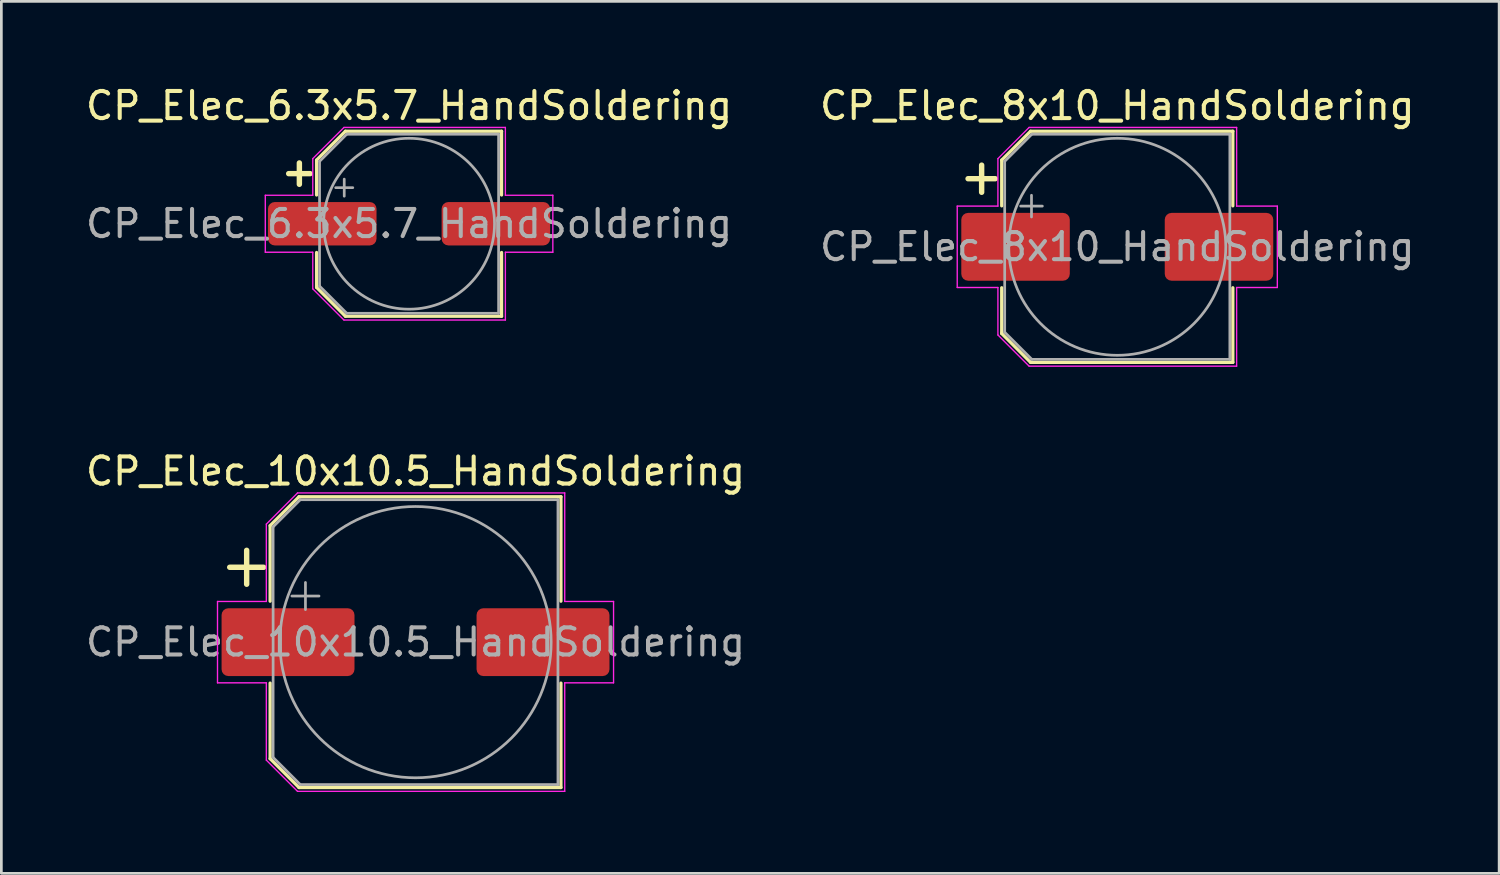
<source format=kicad_pcb>
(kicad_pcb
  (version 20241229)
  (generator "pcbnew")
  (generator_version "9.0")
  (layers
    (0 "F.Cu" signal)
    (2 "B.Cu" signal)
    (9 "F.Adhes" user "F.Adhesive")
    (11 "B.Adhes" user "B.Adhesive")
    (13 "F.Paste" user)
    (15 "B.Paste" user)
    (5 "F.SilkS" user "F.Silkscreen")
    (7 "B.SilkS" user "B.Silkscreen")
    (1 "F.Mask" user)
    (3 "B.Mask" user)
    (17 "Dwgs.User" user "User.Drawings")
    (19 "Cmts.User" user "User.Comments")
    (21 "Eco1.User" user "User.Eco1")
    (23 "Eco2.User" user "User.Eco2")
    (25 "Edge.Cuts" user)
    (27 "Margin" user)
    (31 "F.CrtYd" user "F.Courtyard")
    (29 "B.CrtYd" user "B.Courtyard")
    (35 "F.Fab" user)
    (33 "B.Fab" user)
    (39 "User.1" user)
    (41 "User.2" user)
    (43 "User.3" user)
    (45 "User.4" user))
  (footprint "CP_Elec_10x10.5_HandSoldering"
    (layer "F.Cu")
    (at 12.268 20.622)
    (property "Reference" "CP_Elec_10x10.5_HandSoldering" (at 0 -6.3 0) (layer "F.SilkS") (effects (font (size 1 1) (thickness 0.15))))
    (attr smd)
    (fp_line (start -6.85 -2.76) (end -5.6 -2.76) (stroke (width 0.2) (type solid)) (layer "F.SilkS"))
    (fp_line (start -6.225 -3.385) (end -6.225 -2.135) (stroke (width 0.2) (type solid)) (layer "F.SilkS"))
    (fp_line (start -5.36 -4.296) (end -5.36 -1.51) (stroke (width 0.12) (type solid)) (layer "F.SilkS"))
    (fp_line (start -5.36 -4.296) (end -4.296 -5.36) (stroke (width 0.12) (type solid)) (layer "F.SilkS"))
    (fp_line (start -5.36 4.296) (end -5.36 1.51) (stroke (width 0.12) (type solid)) (layer "F.SilkS"))
    (fp_line (start -5.36 4.296) (end -4.296 5.36) (stroke (width 0.12) (type solid)) (layer "F.SilkS"))
    (fp_line (start -4.296 -5.36) (end 5.36 -5.36) (stroke (width 0.12) (type solid)) (layer "F.SilkS"))
    (fp_line (start -4.296 5.36) (end 5.36 5.36) (stroke (width 0.12) (type solid)) (layer "F.SilkS"))
    (fp_line (start 5.36 -5.36) (end 5.36 -1.51) (stroke (width 0.12) (type solid)) (layer "F.SilkS"))
    (fp_line (start 5.36 5.36) (end 5.36 1.51) (stroke (width 0.12) (type solid)) (layer "F.SilkS"))
    (fp_line (start -7.3 -1.5) (end -7.3 1.5) (stroke (width 0.05) (type solid)) (layer "F.CrtYd"))
    (fp_line (start -7.3 1.5) (end -5.5 1.5) (stroke (width 0.05) (type solid)) (layer "F.CrtYd"))
    (fp_line (start -5.5 -4.35) (end -5.5 -1.5) (stroke (width 0.05) (type solid)) (layer "F.CrtYd"))
    (fp_line (start -5.5 -4.35) (end -4.35 -5.5) (stroke (width 0.05) (type solid)) (layer "F.CrtYd"))
    (fp_line (start -5.5 -1.5) (end -7.3 -1.5) (stroke (width 0.05) (type solid)) (layer "F.CrtYd"))
    (fp_line (start -5.5 1.5) (end -5.5 4.35) (stroke (width 0.05) (type solid)) (layer "F.CrtYd"))
    (fp_line (start -5.5 4.35) (end -4.35 5.5) (stroke (width 0.05) (type solid)) (layer "F.CrtYd"))
    (fp_line (start -4.35 -5.5) (end 5.5 -5.5) (stroke (width 0.05) (type solid)) (layer "F.CrtYd"))
    (fp_line (start -4.35 5.5) (end 5.5 5.5) (stroke (width 0.05) (type solid)) (layer "F.CrtYd"))
    (fp_line (start 5.5 -5.5) (end 5.5 -1.5) (stroke (width 0.05) (type solid)) (layer "F.CrtYd"))
    (fp_line (start 5.5 -1.5) (end 7.3 -1.5) (stroke (width 0.05) (type solid)) (layer "F.CrtYd"))
    (fp_line (start 5.5 1.5) (end 5.5 5.5) (stroke (width 0.05) (type solid)) (layer "F.CrtYd"))
    (fp_line (start 7.3 -1.5) (end 7.3 1.5) (stroke (width 0.05) (type solid)) (layer "F.CrtYd"))
    (fp_line (start 7.3 1.5) (end 5.5 1.5) (stroke (width 0.05) (type solid)) (layer "F.CrtYd"))
    (fp_line (start -5.25 -4.25) (end -5.25 4.25) (stroke (width 0.1) (type solid)) (layer "F.Fab"))
    (fp_line (start -5.25 -4.25) (end -4.25 -5.25) (stroke (width 0.1) (type solid)) (layer "F.Fab"))
    (fp_line (start -5.25 4.25) (end -4.25 5.25) (stroke (width 0.1) (type solid)) (layer "F.Fab"))
    (fp_line (start -4.558 -1.7) (end -3.558 -1.7) (stroke (width 0.1) (type solid)) (layer "F.Fab"))
    (fp_line (start -4.25 -5.25) (end 5.25 -5.25) (stroke (width 0.1) (type solid)) (layer "F.Fab"))
    (fp_line (start -4.25 5.25) (end 5.25 5.25) (stroke (width 0.1) (type solid)) (layer "F.Fab"))
    (fp_line (start -4.058 -2.2) (end -4.058 -1.2) (stroke (width 0.1) (type solid)) (layer "F.Fab"))
    (fp_line (start 5.25 -5.25) (end 5.25 5.25) (stroke (width 0.1) (type solid)) (layer "F.Fab"))
    (fp_circle (center 0 0) (end 5 0) (stroke (width 0.1) (type solid)) (fill no) (layer "F.Fab"))
    (fp_text user "${REFERENCE}" (at 0 0 0) (layer "F.Fab") (effects (font (size 1 1) (thickness 0.15))))
    (pad "1" smd roundrect (at -4.7 0) (size 4.9 2.5) (layers "F.Cu" "F.Mask" "F.Paste") (roundrect_rratio 0.1))
    (pad "2" smd roundrect (at 4.7 0) (size 4.9 2.5) (layers "F.Cu" "F.Mask" "F.Paste") (roundrect_rratio 0.1)))
  (footprint "CP_Elec_8x10_HandSoldering"
    (layer "F.Cu")
    (at 38.137 6.048)
    (property "Reference" "CP_Elec_8x10_HandSoldering" (at 0 -5.2 0) (layer "F.SilkS") (effects (font (size 1 1) (thickness 0.15))))
    (attr smd)
    (fp_line (start -5.5 -2.51) (end -4.5 -2.51) (stroke (width 0.2) (type solid)) (layer "F.SilkS"))
    (fp_line (start -5 -3.01) (end -5 -2.01) (stroke (width 0.2) (type solid)) (layer "F.SilkS"))
    (fp_line (start -4.26 -3.196) (end -4.26 -1.51) (stroke (width 0.12) (type solid)) (layer "F.SilkS"))
    (fp_line (start -4.26 -3.196) (end -3.196 -4.26) (stroke (width 0.12) (type solid)) (layer "F.SilkS"))
    (fp_line (start -4.26 3.196) (end -4.26 1.51) (stroke (width 0.12) (type solid)) (layer "F.SilkS"))
    (fp_line (start -4.26 3.196) (end -3.196 4.26) (stroke (width 0.12) (type solid)) (layer "F.SilkS"))
    (fp_line (start -3.196 -4.26) (end 4.26 -4.26) (stroke (width 0.12) (type solid)) (layer "F.SilkS"))
    (fp_line (start -3.196 4.26) (end 4.26 4.26) (stroke (width 0.12) (type solid)) (layer "F.SilkS"))
    (fp_line (start 4.26 -4.26) (end 4.26 -1.51) (stroke (width 0.12) (type solid)) (layer "F.SilkS"))
    (fp_line (start 4.26 4.26) (end 4.26 1.51) (stroke (width 0.12) (type solid)) (layer "F.SilkS"))
    (fp_line (start -5.9 -1.5) (end -5.9 1.5) (stroke (width 0.05) (type solid)) (layer "F.CrtYd"))
    (fp_line (start -5.9 1.5) (end -4.4 1.5) (stroke (width 0.05) (type solid)) (layer "F.CrtYd"))
    (fp_line (start -4.4 -3.25) (end -4.4 -1.5) (stroke (width 0.05) (type solid)) (layer "F.CrtYd"))
    (fp_line (start -4.4 -3.25) (end -3.25 -4.4) (stroke (width 0.05) (type solid)) (layer "F.CrtYd"))
    (fp_line (start -4.4 -1.5) (end -5.9 -1.5) (stroke (width 0.05) (type solid)) (layer "F.CrtYd"))
    (fp_line (start -4.4 1.5) (end -4.4 3.25) (stroke (width 0.05) (type solid)) (layer "F.CrtYd"))
    (fp_line (start -4.4 3.25) (end -3.25 4.4) (stroke (width 0.05) (type solid)) (layer "F.CrtYd"))
    (fp_line (start -3.25 -4.4) (end 4.4 -4.4) (stroke (width 0.05) (type solid)) (layer "F.CrtYd"))
    (fp_line (start -3.25 4.4) (end 4.4 4.4) (stroke (width 0.05) (type solid)) (layer "F.CrtYd"))
    (fp_line (start 4.4 -4.4) (end 4.4 -1.5) (stroke (width 0.05) (type solid)) (layer "F.CrtYd"))
    (fp_line (start 4.4 1.5) (end 4.4 4.4) (stroke (width 0.05) (type solid)) (layer "F.CrtYd"))
    (fp_line (start 4.4 1.5) (end 5.9 1.5) (stroke (width 0.05) (type solid)) (layer "F.CrtYd"))
    (fp_line (start 5.9 -1.5) (end 4.4 -1.5) (stroke (width 0.05) (type solid)) (layer "F.CrtYd"))
    (fp_line (start 5.9 -1.5) (end 5.9 1.5) (stroke (width 0.05) (type solid)) (layer "F.CrtYd"))
    (fp_line (start -4.15 -3.15) (end -4.15 3.15) (stroke (width 0.1) (type solid)) (layer "F.Fab"))
    (fp_line (start -4.15 -3.15) (end -3.15 -4.15) (stroke (width 0.1) (type solid)) (layer "F.Fab"))
    (fp_line (start -4.15 3.15) (end -3.15 4.15) (stroke (width 0.1) (type solid)) (layer "F.Fab"))
    (fp_line (start -3.562 -1.5) (end -2.762 -1.5) (stroke (width 0.1) (type solid)) (layer "F.Fab"))
    (fp_line (start -3.162 -1.9) (end -3.162 -1.1) (stroke (width 0.1) (type solid)) (layer "F.Fab"))
    (fp_line (start -3.15 -4.15) (end 4.15 -4.15) (stroke (width 0.1) (type solid)) (layer "F.Fab"))
    (fp_line (start -3.15 4.15) (end 4.15 4.15) (stroke (width 0.1) (type solid)) (layer "F.Fab"))
    (fp_line (start 4.15 -4.15) (end 4.15 4.15) (stroke (width 0.1) (type solid)) (layer "F.Fab"))
    (fp_circle (center 0 0) (end 4 0) (stroke (width 0.1) (type solid)) (fill no) (layer "F.Fab"))
    (fp_text user "${REFERENCE}" (at 0 0 0) (layer "F.Fab") (effects (font (size 1 1) (thickness 0.15))))
    (pad "1" smd roundrect (at -3.75 0) (size 4 2.5) (layers "F.Cu" "F.Mask" "F.Paste") (roundrect_rratio 0.1))
    (pad "2" smd roundrect (at 3.75 0) (size 4 2.5) (layers "F.Cu" "F.Mask" "F.Paste") (roundrect_rratio 0.1)))
  (footprint "CP_Elec_6.3x5.7_HandSoldering"
    (layer "F.Cu")
    (at 12.03 5.198)
    (property "Reference" "CP_Elec_6.3x5.7_HandSoldering" (at 0 -4.35 0) (layer "F.SilkS") (effects (font (size 1 1) (thickness 0.15))))
    (attr smd)
    (fp_line (start -4.438 -1.847) (end -3.65 -1.847) (stroke (width 0.2) (type solid)) (layer "F.SilkS"))
    (fp_line (start -4.044 -2.241) (end -4.044 -1.454) (stroke (width 0.2) (type solid)) (layer "F.SilkS"))
    (fp_line (start -3.41 -2.346) (end -3.41 -1.06) (stroke (width 0.12) (type solid)) (layer "F.SilkS"))
    (fp_line (start -3.41 -2.346) (end -2.346 -3.41) (stroke (width 0.12) (type solid)) (layer "F.SilkS"))
    (fp_line (start -3.41 2.346) (end -3.41 1.06) (stroke (width 0.12) (type solid)) (layer "F.SilkS"))
    (fp_line (start -3.41 2.346) (end -2.346 3.41) (stroke (width 0.12) (type solid)) (layer "F.SilkS"))
    (fp_line (start -2.346 -3.41) (end 3.41 -3.41) (stroke (width 0.12) (type solid)) (layer "F.SilkS"))
    (fp_line (start -2.346 3.41) (end 3.41 3.41) (stroke (width 0.12) (type solid)) (layer "F.SilkS"))
    (fp_line (start 3.41 -3.41) (end 3.41 -1.06) (stroke (width 0.12) (type solid)) (layer "F.SilkS"))
    (fp_line (start 3.41 3.41) (end 3.41 1.06) (stroke (width 0.12) (type solid)) (layer "F.SilkS"))
    (fp_line (start -5.3 -1.05) (end -5.3 1.05) (stroke (width 0.05) (type solid)) (layer "F.CrtYd"))
    (fp_line (start -5.3 1.05) (end -3.55 1.05) (stroke (width 0.05) (type solid)) (layer "F.CrtYd"))
    (fp_line (start -3.55 -2.4) (end -3.55 -1.05) (stroke (width 0.05) (type solid)) (layer "F.CrtYd"))
    (fp_line (start -3.55 -2.4) (end -2.4 -3.55) (stroke (width 0.05) (type solid)) (layer "F.CrtYd"))
    (fp_line (start -3.55 -1.05) (end -5.3 -1.05) (stroke (width 0.05) (type solid)) (layer "F.CrtYd"))
    (fp_line (start -3.55 1.05) (end -3.55 2.4) (stroke (width 0.05) (type solid)) (layer "F.CrtYd"))
    (fp_line (start -3.55 2.4) (end -2.4 3.55) (stroke (width 0.05) (type solid)) (layer "F.CrtYd"))
    (fp_line (start -2.4 -3.55) (end 3.55 -3.55) (stroke (width 0.05) (type solid)) (layer "F.CrtYd"))
    (fp_line (start -2.4 3.55) (end 3.55 3.55) (stroke (width 0.05) (type solid)) (layer "F.CrtYd"))
    (fp_line (start 3.55 -3.55) (end 3.55 -1.05) (stroke (width 0.05) (type solid)) (layer "F.CrtYd"))
    (fp_line (start 3.55 -1.05) (end 5.3 -1.05) (stroke (width 0.05) (type solid)) (layer "F.CrtYd"))
    (fp_line (start 3.55 1.05) (end 3.55 3.55) (stroke (width 0.05) (type solid)) (layer "F.CrtYd"))
    (fp_line (start 5.3 -1.05) (end 5.3 1.05) (stroke (width 0.05) (type solid)) (layer "F.CrtYd"))
    (fp_line (start 5.3 1.05) (end 3.55 1.05) (stroke (width 0.05) (type solid)) (layer "F.CrtYd"))
    (fp_line (start -3.3 -2.3) (end -3.3 2.3) (stroke (width 0.1) (type solid)) (layer "F.Fab"))
    (fp_line (start -3.3 -2.3) (end -2.3 -3.3) (stroke (width 0.1) (type solid)) (layer "F.Fab"))
    (fp_line (start -3.3 2.3) (end -2.3 3.3) (stroke (width 0.1) (type solid)) (layer "F.Fab"))
    (fp_line (start -2.705 -1.33) (end -2.075 -1.33) (stroke (width 0.1) (type solid)) (layer "F.Fab"))
    (fp_line (start -2.39 -1.645) (end -2.39 -1.015) (stroke (width 0.1) (type solid)) (layer "F.Fab"))
    (fp_line (start -2.3 -3.3) (end 3.3 -3.3) (stroke (width 0.1) (type solid)) (layer "F.Fab"))
    (fp_line (start -2.3 3.3) (end 3.3 3.3) (stroke (width 0.1) (type solid)) (layer "F.Fab"))
    (fp_line (start 3.3 -3.3) (end 3.3 3.3) (stroke (width 0.1) (type solid)) (layer "F.Fab"))
    (fp_circle (center 0 0) (end 3.15 0) (stroke (width 0.1) (type solid)) (fill no) (layer "F.Fab"))
    (fp_text user "${REFERENCE}" (at 0 0 0) (layer "F.Fab") (effects (font (size 1 1) (thickness 0.15))))
    (pad "1" smd roundrect (at -3.2 0) (size 4 1.6) (layers "F.Cu" "F.Mask" "F.Paste") (roundrect_rratio 0.156))
    (pad "2" smd roundrect (at 3.2 0) (size 4 1.6) (layers "F.Cu" "F.Mask" "F.Paste") (roundrect_rratio 0.156)))
  (gr_rect
    (start -3 -3)
    (end 52.214 29.146)
    (stroke (width 0.1) (type default))
    (fill no)
    (layer "Edge.Cuts")))
</source>
